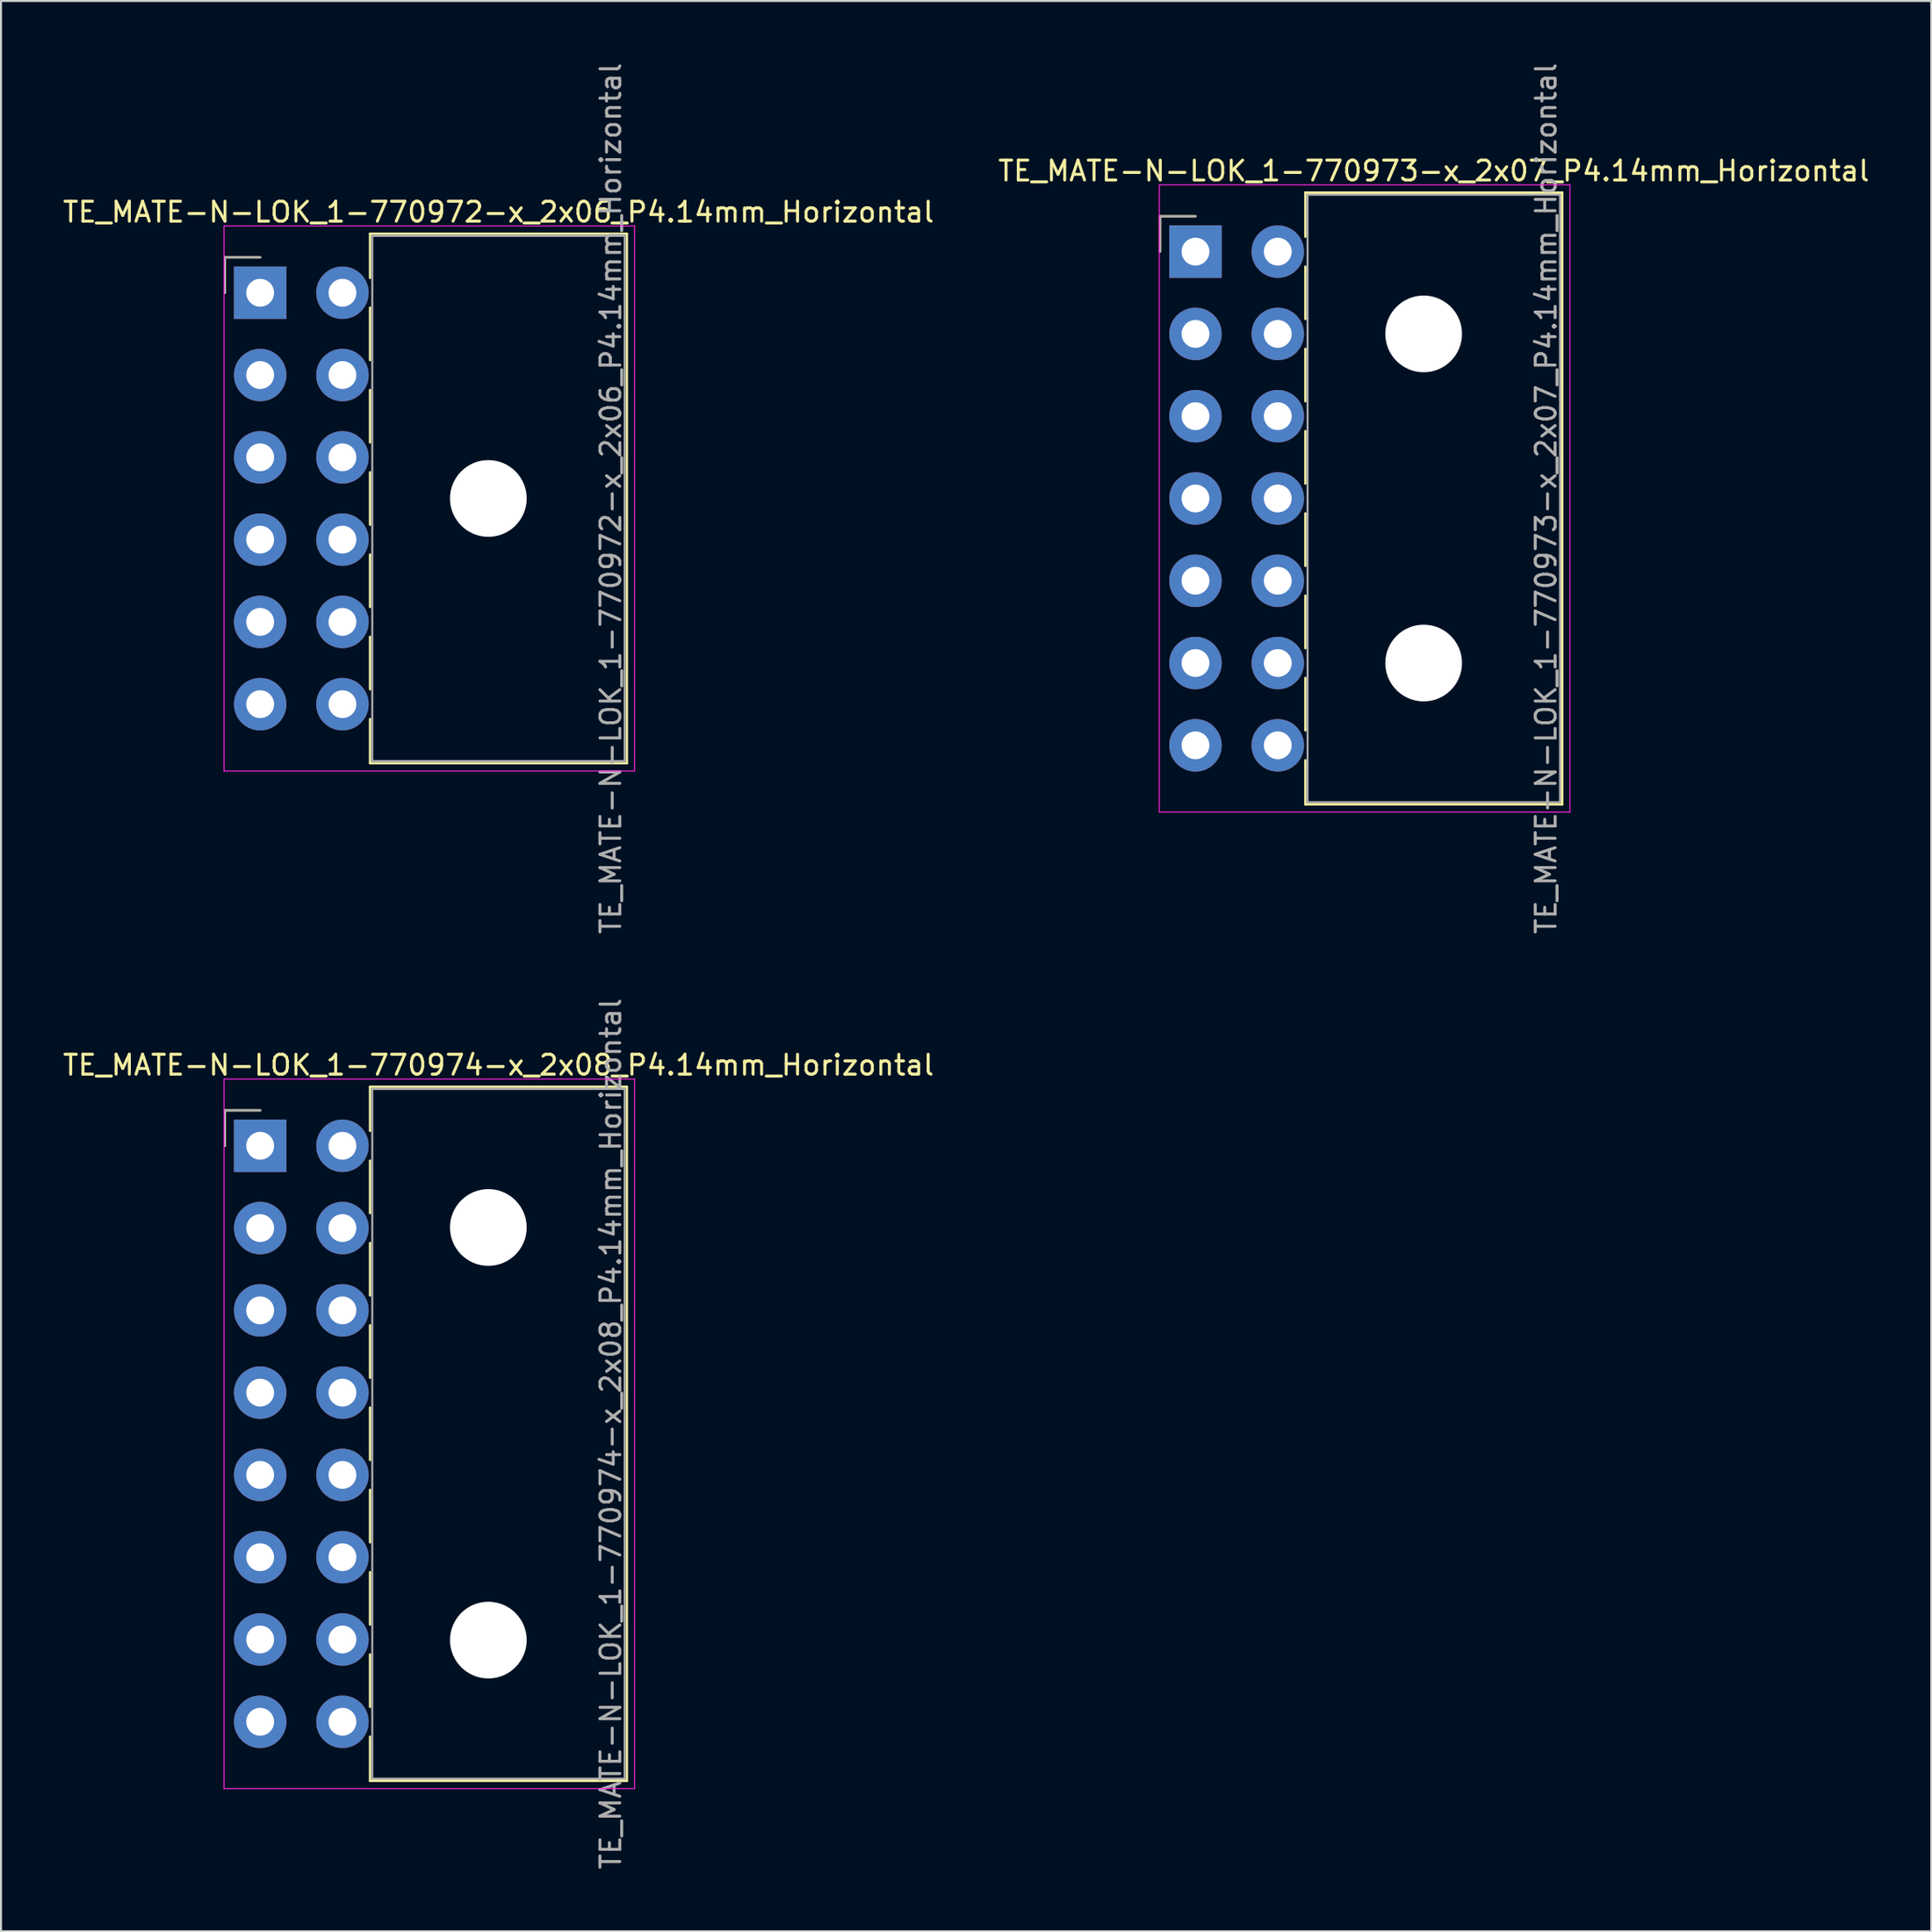
<source format=kicad_pcb>
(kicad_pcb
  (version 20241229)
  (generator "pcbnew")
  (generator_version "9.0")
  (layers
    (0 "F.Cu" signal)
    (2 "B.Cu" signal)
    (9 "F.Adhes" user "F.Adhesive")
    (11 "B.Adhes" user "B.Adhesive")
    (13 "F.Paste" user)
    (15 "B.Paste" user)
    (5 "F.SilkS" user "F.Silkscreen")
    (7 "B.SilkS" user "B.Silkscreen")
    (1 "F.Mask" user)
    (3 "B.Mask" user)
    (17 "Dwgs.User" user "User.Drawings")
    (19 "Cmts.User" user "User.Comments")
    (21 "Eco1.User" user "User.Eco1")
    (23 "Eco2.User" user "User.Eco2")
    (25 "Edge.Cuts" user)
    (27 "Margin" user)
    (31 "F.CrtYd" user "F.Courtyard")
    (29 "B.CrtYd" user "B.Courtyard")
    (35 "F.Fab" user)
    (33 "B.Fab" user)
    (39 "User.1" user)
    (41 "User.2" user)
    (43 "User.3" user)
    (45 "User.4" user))
  (footprint "TE_MATE-N-LOK_1-770972-x_2x06_P4.14mm_Horizontal"
    (layer "F.Cu")
    (at 10.04 11.68)
    (property "Reference" "TE_MATE-N-LOK_1-770972-x_2x06_P4.14mm_Horizontal" (at 11.99 -4.06 0) (layer "F.SilkS") (effects (font (size 1 1) (thickness 0.15))))
    (attr through_hole)
    (fp_line (start -1.78 -1.78) (end -1.78 0) (stroke (width 0.12) (type solid)) (layer "F.SilkS"))
    (fp_line (start 0 -1.78) (end -1.78 -1.78) (stroke (width 0.12) (type solid)) (layer "F.SilkS"))
    (fp_line (start 5.53 -2.97) (end 18.45 -2.97) (stroke (width 0.12) (type solid)) (layer "F.SilkS"))
    (fp_line (start 5.53 -0.751) (end 5.53 -2.97) (stroke (width 0.12) (type solid)) (layer "F.SilkS"))
    (fp_line (start 5.53 0.751) (end 5.53 3.389) (stroke (width 0.12) (type solid)) (layer "F.SilkS"))
    (fp_line (start 5.53 4.891) (end 5.53 7.529) (stroke (width 0.12) (type solid)) (layer "F.SilkS"))
    (fp_line (start 5.53 9.031) (end 5.53 11.669) (stroke (width 0.12) (type solid)) (layer "F.SilkS"))
    (fp_line (start 5.53 13.171) (end 5.53 15.809) (stroke (width 0.12) (type solid)) (layer "F.SilkS"))
    (fp_line (start 5.53 17.311) (end 5.53 19.949) (stroke (width 0.12) (type solid)) (layer "F.SilkS"))
    (fp_line (start 5.53 23.67) (end 5.53 21.451) (stroke (width 0.12) (type solid)) (layer "F.SilkS"))
    (fp_line (start 18.45 -2.97) (end 18.45 23.67) (stroke (width 0.12) (type solid)) (layer "F.SilkS"))
    (fp_line (start 18.45 23.67) (end 5.53 23.67) (stroke (width 0.12) (type solid)) (layer "F.SilkS"))
    (fp_line (start -1.82 -3.36) (end -1.82 24.06) (stroke (width 0.05) (type solid)) (layer "F.CrtYd"))
    (fp_line (start -1.82 24.06) (end 18.84 24.06) (stroke (width 0.05) (type solid)) (layer "F.CrtYd"))
    (fp_line (start 18.84 -3.36) (end -1.82 -3.36) (stroke (width 0.05) (type solid)) (layer "F.CrtYd"))
    (fp_line (start 18.84 24.06) (end 18.84 -3.36) (stroke (width 0.05) (type solid)) (layer "F.CrtYd"))
    (fp_line (start -1.78 -1.78) (end -1.78 0) (stroke (width 0.1) (type solid)) (layer "F.Fab"))
    (fp_line (start 0 -1.78) (end -1.78 -1.78) (stroke (width 0.1) (type solid)) (layer "F.Fab"))
    (fp_line (start 5.64 -2.86) (end 5.64 23.56) (stroke (width 0.1) (type solid)) (layer "F.Fab"))
    (fp_line (start 5.64 23.56) (end 18.34 23.56) (stroke (width 0.1) (type solid)) (layer "F.Fab"))
    (fp_line (start 18.34 -2.86) (end 5.64 -2.86) (stroke (width 0.1) (type solid)) (layer "F.Fab"))
    (fp_line (start 18.34 23.56) (end 18.34 -2.86) (stroke (width 0.1) (type solid)) (layer "F.Fab"))
    (fp_text user "${REFERENCE}" (at 17.64 10.35 90) (layer "F.Fab") (effects (font (size 1 1) (thickness 0.15))))
    (pad "" np_thru_hole circle (at 11.48 10.35) (size 3.86 3.86) (drill 3.86) (layers "*.Cu" "*.Mask"))
    (pad "1" thru_hole rect (at 0 0) (size 2.64 2.64) (drill 1.4) (layers "*.Cu" "*.Mask"))
    (pad "2" thru_hole circle (at 0 4.14) (size 2.64 2.64) (drill 1.4) (layers "*.Cu" "*.Mask"))
    (pad "3" thru_hole circle (at 0 8.28) (size 2.64 2.64) (drill 1.4) (layers "*.Cu" "*.Mask"))
    (pad "4" thru_hole circle (at 0 12.42) (size 2.64 2.64) (drill 1.4) (layers "*.Cu" "*.Mask"))
    (pad "5" thru_hole circle (at 0 16.56) (size 2.64 2.64) (drill 1.4) (layers "*.Cu" "*.Mask"))
    (pad "6" thru_hole circle (at 0 20.7) (size 2.64 2.64) (drill 1.4) (layers "*.Cu" "*.Mask"))
    (pad "7" thru_hole circle (at 4.14 0) (size 2.64 2.64) (drill 1.4) (layers "*.Cu" "*.Mask"))
    (pad "8" thru_hole circle (at 4.14 4.14) (size 2.64 2.64) (drill 1.4) (layers "*.Cu" "*.Mask"))
    (pad "9" thru_hole circle (at 4.14 8.28) (size 2.64 2.64) (drill 1.4) (layers "*.Cu" "*.Mask"))
    (pad "10" thru_hole circle (at 4.14 12.42) (size 2.64 2.64) (drill 1.4) (layers "*.Cu" "*.Mask"))
    (pad "11" thru_hole circle (at 4.14 16.56) (size 2.64 2.64) (drill 1.4) (layers "*.Cu" "*.Mask"))
    (pad "12" thru_hole circle (at 4.14 20.7) (size 2.64 2.64) (drill 1.4) (layers "*.Cu" "*.Mask")))
  (footprint "TE_MATE-N-LOK_1-770973-x_2x07_P4.14mm_Horizontal"
    (layer "F.Cu")
    (at 57.099 9.61)
    (property "Reference" "TE_MATE-N-LOK_1-770973-x_2x07_P4.14mm_Horizontal" (at 11.99 -4.06 0) (layer "F.SilkS") (effects (font (size 1 1) (thickness 0.15))))
    (attr through_hole)
    (fp_line (start -1.78 -1.78) (end -1.78 0) (stroke (width 0.12) (type solid)) (layer "F.SilkS"))
    (fp_line (start 0 -1.78) (end -1.78 -1.78) (stroke (width 0.12) (type solid)) (layer "F.SilkS"))
    (fp_line (start 5.53 -2.97) (end 18.45 -2.97) (stroke (width 0.12) (type solid)) (layer "F.SilkS"))
    (fp_line (start 5.53 -0.751) (end 5.53 -2.97) (stroke (width 0.12) (type solid)) (layer "F.SilkS"))
    (fp_line (start 5.53 0.751) (end 5.53 3.389) (stroke (width 0.12) (type solid)) (layer "F.SilkS"))
    (fp_line (start 5.53 4.891) (end 5.53 7.529) (stroke (width 0.12) (type solid)) (layer "F.SilkS"))
    (fp_line (start 5.53 9.031) (end 5.53 11.669) (stroke (width 0.12) (type solid)) (layer "F.SilkS"))
    (fp_line (start 5.53 13.171) (end 5.53 15.809) (stroke (width 0.12) (type solid)) (layer "F.SilkS"))
    (fp_line (start 5.53 17.311) (end 5.53 19.949) (stroke (width 0.12) (type solid)) (layer "F.SilkS"))
    (fp_line (start 5.53 21.451) (end 5.53 24.089) (stroke (width 0.12) (type solid)) (layer "F.SilkS"))
    (fp_line (start 5.53 27.81) (end 5.53 25.591) (stroke (width 0.12) (type solid)) (layer "F.SilkS"))
    (fp_line (start 18.45 -2.97) (end 18.45 27.81) (stroke (width 0.12) (type solid)) (layer "F.SilkS"))
    (fp_line (start 18.45 27.81) (end 5.53 27.81) (stroke (width 0.12) (type solid)) (layer "F.SilkS"))
    (fp_line (start -1.82 -3.36) (end -1.82 28.2) (stroke (width 0.05) (type solid)) (layer "F.CrtYd"))
    (fp_line (start -1.82 28.2) (end 18.84 28.2) (stroke (width 0.05) (type solid)) (layer "F.CrtYd"))
    (fp_line (start 18.84 -3.36) (end -1.82 -3.36) (stroke (width 0.05) (type solid)) (layer "F.CrtYd"))
    (fp_line (start 18.84 28.2) (end 18.84 -3.36) (stroke (width 0.05) (type solid)) (layer "F.CrtYd"))
    (fp_line (start -1.78 -1.78) (end -1.78 0) (stroke (width 0.1) (type solid)) (layer "F.Fab"))
    (fp_line (start 0 -1.78) (end -1.78 -1.78) (stroke (width 0.1) (type solid)) (layer "F.Fab"))
    (fp_line (start 5.64 -2.86) (end 5.64 27.7) (stroke (width 0.1) (type solid)) (layer "F.Fab"))
    (fp_line (start 5.64 27.7) (end 18.34 27.7) (stroke (width 0.1) (type solid)) (layer "F.Fab"))
    (fp_line (start 18.34 -2.86) (end 5.64 -2.86) (stroke (width 0.1) (type solid)) (layer "F.Fab"))
    (fp_line (start 18.34 27.7) (end 18.34 -2.86) (stroke (width 0.1) (type solid)) (layer "F.Fab"))
    (fp_text user "${REFERENCE}" (at 17.64 12.42 90) (layer "F.Fab") (effects (font (size 1 1) (thickness 0.15))))
    (pad "" np_thru_hole circle (at 11.48 4.14) (size 3.86 3.86) (drill 3.86) (layers "*.Cu" "*.Mask"))
    (pad "" np_thru_hole circle (at 11.48 20.7) (size 3.86 3.86) (drill 3.86) (layers "*.Cu" "*.Mask"))
    (pad "1" thru_hole rect (at 0 0) (size 2.64 2.64) (drill 1.4) (layers "*.Cu" "*.Mask"))
    (pad "2" thru_hole circle (at 0 4.14) (size 2.64 2.64) (drill 1.4) (layers "*.Cu" "*.Mask"))
    (pad "3" thru_hole circle (at 0 8.28) (size 2.64 2.64) (drill 1.4) (layers "*.Cu" "*.Mask"))
    (pad "4" thru_hole circle (at 0 12.42) (size 2.64 2.64) (drill 1.4) (layers "*.Cu" "*.Mask"))
    (pad "5" thru_hole circle (at 0 16.56) (size 2.64 2.64) (drill 1.4) (layers "*.Cu" "*.Mask"))
    (pad "6" thru_hole circle (at 0 20.7) (size 2.64 2.64) (drill 1.4) (layers "*.Cu" "*.Mask"))
    (pad "7" thru_hole circle (at 0 24.84) (size 2.64 2.64) (drill 1.4) (layers "*.Cu" "*.Mask"))
    (pad "8" thru_hole circle (at 4.14 0) (size 2.64 2.64) (drill 1.4) (layers "*.Cu" "*.Mask"))
    (pad "9" thru_hole circle (at 4.14 4.14) (size 2.64 2.64) (drill 1.4) (layers "*.Cu" "*.Mask"))
    (pad "10" thru_hole circle (at 4.14 8.28) (size 2.64 2.64) (drill 1.4) (layers "*.Cu" "*.Mask"))
    (pad "11" thru_hole circle (at 4.14 12.42) (size 2.64 2.64) (drill 1.4) (layers "*.Cu" "*.Mask"))
    (pad "12" thru_hole circle (at 4.14 16.56) (size 2.64 2.64) (drill 1.4) (layers "*.Cu" "*.Mask"))
    (pad "13" thru_hole circle (at 4.14 20.7) (size 2.64 2.64) (drill 1.4) (layers "*.Cu" "*.Mask"))
    (pad "14" thru_hole circle (at 4.14 24.84) (size 2.64 2.64) (drill 1.4) (layers "*.Cu" "*.Mask")))
  (footprint "TE_MATE-N-LOK_1-770974-x_2x08_P4.14mm_Horizontal"
    (layer "F.Cu")
    (at 10.04 54.599)
    (property "Reference" "TE_MATE-N-LOK_1-770974-x_2x08_P4.14mm_Horizontal" (at 11.99 -4.06 0) (layer "F.SilkS") (effects (font (size 1 1) (thickness 0.15))))
    (attr through_hole)
    (fp_line (start -1.78 -1.78) (end -1.78 0) (stroke (width 0.12) (type solid)) (layer "F.SilkS"))
    (fp_line (start 0 -1.78) (end -1.78 -1.78) (stroke (width 0.12) (type solid)) (layer "F.SilkS"))
    (fp_line (start 5.53 -2.97) (end 18.45 -2.97) (stroke (width 0.12) (type solid)) (layer "F.SilkS"))
    (fp_line (start 5.53 -0.751) (end 5.53 -2.97) (stroke (width 0.12) (type solid)) (layer "F.SilkS"))
    (fp_line (start 5.53 0.751) (end 5.53 3.389) (stroke (width 0.12) (type solid)) (layer "F.SilkS"))
    (fp_line (start 5.53 4.891) (end 5.53 7.529) (stroke (width 0.12) (type solid)) (layer "F.SilkS"))
    (fp_line (start 5.53 9.031) (end 5.53 11.669) (stroke (width 0.12) (type solid)) (layer "F.SilkS"))
    (fp_line (start 5.53 13.171) (end 5.53 15.809) (stroke (width 0.12) (type solid)) (layer "F.SilkS"))
    (fp_line (start 5.53 17.311) (end 5.53 19.949) (stroke (width 0.12) (type solid)) (layer "F.SilkS"))
    (fp_line (start 5.53 21.451) (end 5.53 24.089) (stroke (width 0.12) (type solid)) (layer "F.SilkS"))
    (fp_line (start 5.53 25.591) (end 5.53 28.229) (stroke (width 0.12) (type solid)) (layer "F.SilkS"))
    (fp_line (start 5.53 31.95) (end 5.53 29.731) (stroke (width 0.12) (type solid)) (layer "F.SilkS"))
    (fp_line (start 18.45 -2.97) (end 18.45 31.95) (stroke (width 0.12) (type solid)) (layer "F.SilkS"))
    (fp_line (start 18.45 31.95) (end 5.53 31.95) (stroke (width 0.12) (type solid)) (layer "F.SilkS"))
    (fp_line (start -1.82 -3.36) (end -1.82 32.34) (stroke (width 0.05) (type solid)) (layer "F.CrtYd"))
    (fp_line (start -1.82 32.34) (end 18.84 32.34) (stroke (width 0.05) (type solid)) (layer "F.CrtYd"))
    (fp_line (start 18.84 -3.36) (end -1.82 -3.36) (stroke (width 0.05) (type solid)) (layer "F.CrtYd"))
    (fp_line (start 18.84 32.34) (end 18.84 -3.36) (stroke (width 0.05) (type solid)) (layer "F.CrtYd"))
    (fp_line (start -1.78 -1.78) (end -1.78 0) (stroke (width 0.1) (type solid)) (layer "F.Fab"))
    (fp_line (start 0 -1.78) (end -1.78 -1.78) (stroke (width 0.1) (type solid)) (layer "F.Fab"))
    (fp_line (start 5.64 -2.86) (end 5.64 31.84) (stroke (width 0.1) (type solid)) (layer "F.Fab"))
    (fp_line (start 5.64 31.84) (end 18.34 31.84) (stroke (width 0.1) (type solid)) (layer "F.Fab"))
    (fp_line (start 18.34 -2.86) (end 5.64 -2.86) (stroke (width 0.1) (type solid)) (layer "F.Fab"))
    (fp_line (start 18.34 31.84) (end 18.34 -2.86) (stroke (width 0.1) (type solid)) (layer "F.Fab"))
    (fp_text user "${REFERENCE}" (at 17.64 14.49 90) (layer "F.Fab") (effects (font (size 1 1) (thickness 0.15))))
    (pad "" np_thru_hole circle (at 11.48 4.11) (size 3.86 3.86) (drill 3.86) (layers "*.Cu" "*.Mask"))
    (pad "" np_thru_hole circle (at 11.48 24.87) (size 3.86 3.86) (drill 3.86) (layers "*.Cu" "*.Mask"))
    (pad "1" thru_hole rect (at 0 0) (size 2.64 2.64) (drill 1.4) (layers "*.Cu" "*.Mask"))
    (pad "2" thru_hole circle (at 0 4.14) (size 2.64 2.64) (drill 1.4) (layers "*.Cu" "*.Mask"))
    (pad "3" thru_hole circle (at 0 8.28) (size 2.64 2.64) (drill 1.4) (layers "*.Cu" "*.Mask"))
    (pad "4" thru_hole circle (at 0 12.42) (size 2.64 2.64) (drill 1.4) (layers "*.Cu" "*.Mask"))
    (pad "5" thru_hole circle (at 0 16.56) (size 2.64 2.64) (drill 1.4) (layers "*.Cu" "*.Mask"))
    (pad "6" thru_hole circle (at 0 20.7) (size 2.64 2.64) (drill 1.4) (layers "*.Cu" "*.Mask"))
    (pad "7" thru_hole circle (at 0 24.84) (size 2.64 2.64) (drill 1.4) (layers "*.Cu" "*.Mask"))
    (pad "8" thru_hole circle (at 0 28.98) (size 2.64 2.64) (drill 1.4) (layers "*.Cu" "*.Mask"))
    (pad "9" thru_hole circle (at 4.14 0) (size 2.64 2.64) (drill 1.4) (layers "*.Cu" "*.Mask"))
    (pad "10" thru_hole circle (at 4.14 4.14) (size 2.64 2.64) (drill 1.4) (layers "*.Cu" "*.Mask"))
    (pad "11" thru_hole circle (at 4.14 8.28) (size 2.64 2.64) (drill 1.4) (layers "*.Cu" "*.Mask"))
    (pad "12" thru_hole circle (at 4.14 12.42) (size 2.64 2.64) (drill 1.4) (layers "*.Cu" "*.Mask"))
    (pad "13" thru_hole circle (at 4.14 16.56) (size 2.64 2.64) (drill 1.4) (layers "*.Cu" "*.Mask"))
    (pad "14" thru_hole circle (at 4.14 20.7) (size 2.64 2.64) (drill 1.4) (layers "*.Cu" "*.Mask"))
    (pad "15" thru_hole circle (at 4.14 24.84) (size 2.64 2.64) (drill 1.4) (layers "*.Cu" "*.Mask"))
    (pad "16" thru_hole circle (at 4.14 28.98) (size 2.64 2.64) (drill 1.4) (layers "*.Cu" "*.Mask")))
  (gr_rect
    (start -3 -3)
    (end 94.119 94.119)
    (stroke (width 0.1) (type default))
    (fill no)
    (layer "Edge.Cuts")))
</source>
